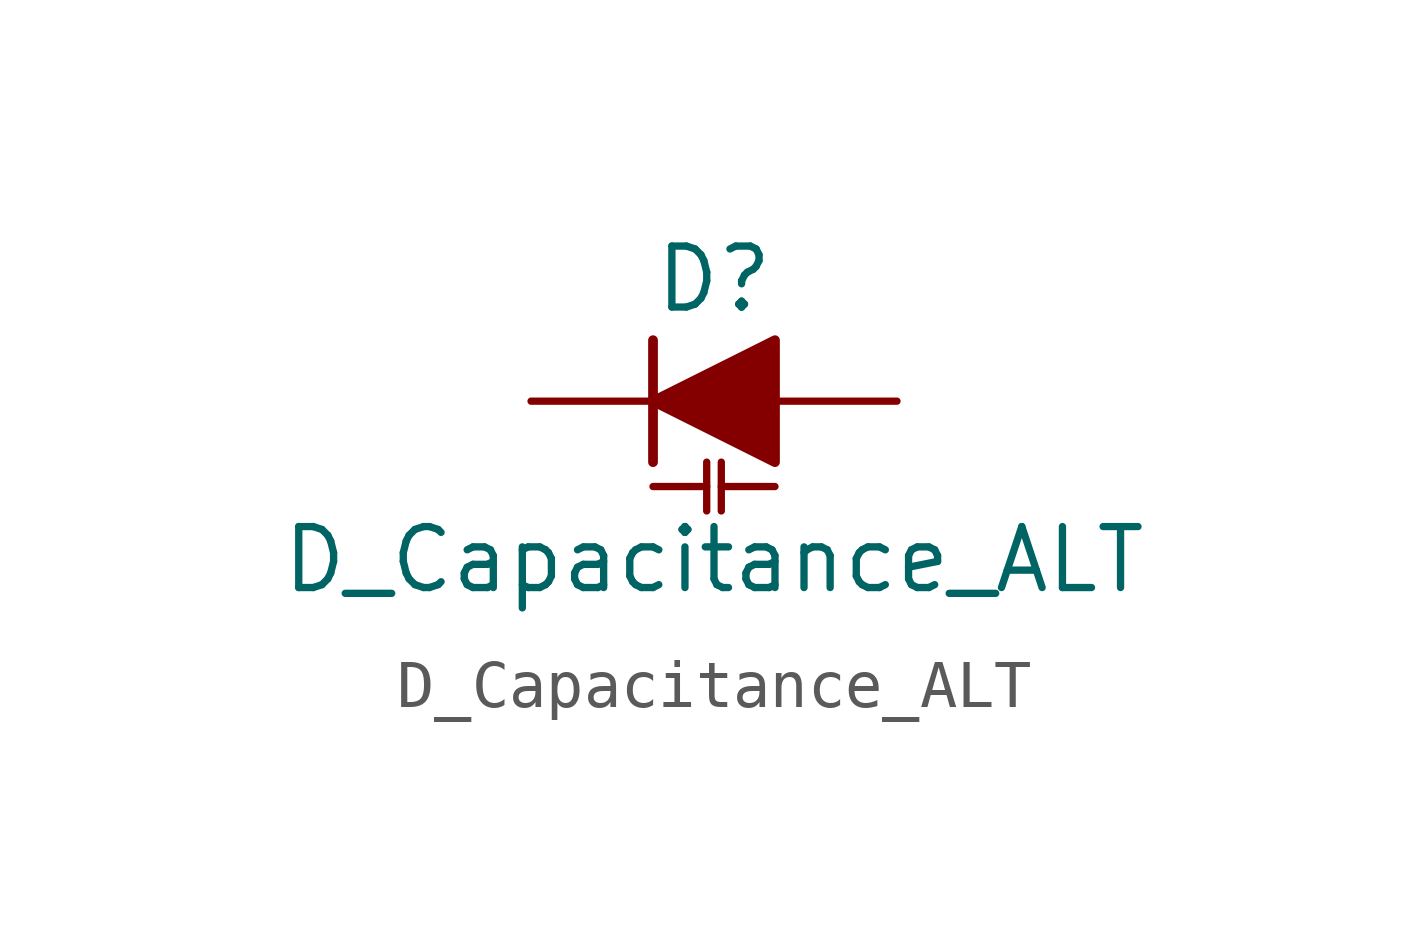
<source format=kicad_sym>
(kicad_symbol_lib
  (version 20211014)
  (generator kicad_symbol_editor)
  (symbol "D_Capacitance_ALT"
    (pin_numbers hide)
    (pin_names
      (offset 1.016) hide)
    (property "Reference" "D"
      (at 0 2.54 0)
      (effects (font (size 1.27 1.27))))
    (property "Value" "D_Capacitance_ALT"
      (at 0 -3.302 0)
      (effects (font (size 1.27 1.27))))
    (symbol "D_Capacitance_ALT_0_1"
      (polyline (pts (xy -1.27 -1.778) (xy -0.152 -1.778)) (stroke (width 0) (type default) (color 0 0 0 0)) (fill (type none)))
      (polyline (pts (xy -1.27 0) (xy 1.27 0)) (stroke (width 0) (type default) (color 0 0 0 0)) (fill (type none)))
      (polyline (pts (xy -1.27 1.27) (xy -1.27 -1.27)) (stroke (width 0.203) (type default) (color 0 0 0 0)) (fill (type none)))
      (polyline (pts (xy -0.152 -1.27) (xy -0.152 -2.286)) (stroke (width 0) (type default) (color 0 0 0 0)) (fill (type none)))
      (polyline (pts (xy 0.152 -1.778) (xy 1.27 -1.778)) (stroke (width 0) (type default) (color 0 0 0 0)) (fill (type none)))
      (polyline (pts (xy 0.152 -1.27) (xy 0.152 -2.286)) (stroke (width 0) (type default) (color 0 0 0 0)) (fill (type none)))
      (polyline (pts (xy 1.27 1.27) (xy 1.27 -1.27) (xy -1.27 0) (xy 1.27 1.27)) (stroke (width 0.203) (type default) (color 0 0 0 0)) (fill (type outline))))
    (symbol "D_Capacitance_ALT_1_1"
      (pin passive line (at -3.81 0 0) (length 2.54) (name "K" (effects (font (size 1.27 1.27)))) (number "1" (effects (font (size 1.27 1.27)))))
      (pin passive line (at 3.81 0 180) (length 2.54) (name "A" (effects (font (size 1.27 1.27)))) (number "2" (effects (font (size 1.27 1.27))))))))
</source>
